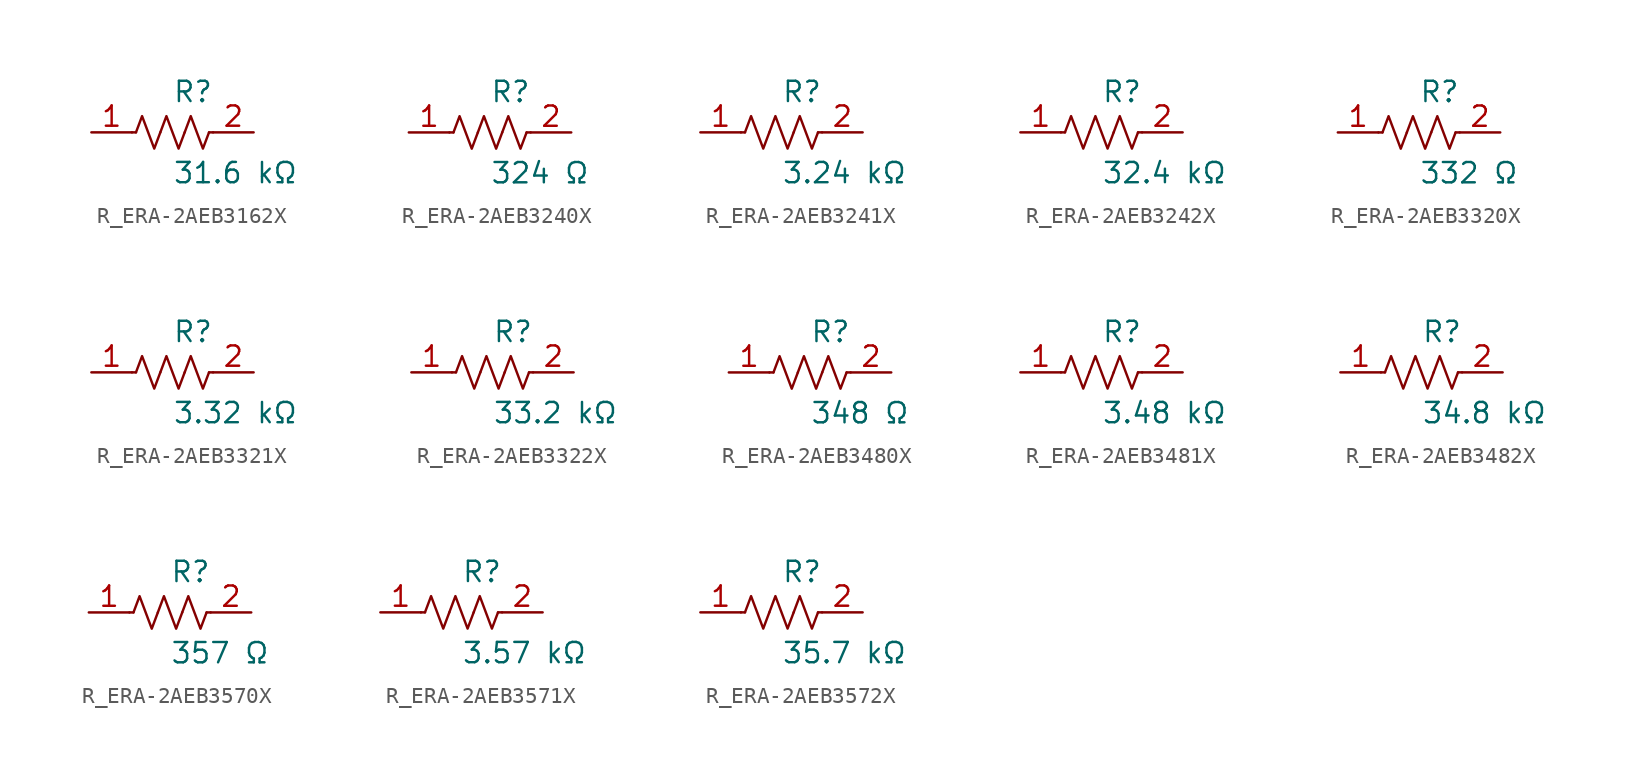
<source format=kicad_sym>
(kicad_symbol_lib
  (version 20231120)
  (generator kicad_symbol_editor)
  (generator_version 8.0)
  (symbol "R_ERA-2AEB3162X"
    (pin_names
      (offset 0.254))
    (property "Reference" "R"
      (at 0.0 2.54 0)
      (effects (font (size 1.27 1.27)) (justify left)))
    (property "Value" "31.6 kΩ"
      (at 0.0 -2.54 0)
      (effects (font (size 1.27 1.27)) (justify left)))
    (symbol "R_ERA-2AEB3162X_0_1"
      (polyline (pts (xy 2.286 0) (xy 2.54 0)) (stroke (width 0) (type default)) (fill (type none)))
      (polyline (pts (xy -2.286 0) (xy -2.54 0)) (stroke (width 0) (type default)) (fill (type none)))
      (polyline (pts (xy 0.762 0) (xy 1.143 1.016) (xy 1.524 0) (xy 1.905 -1.016) (xy 2.286 0)) (stroke (width 0) (type default)) (fill (type none)))
      (polyline (pts (xy -0.762 0) (xy -0.381 1.016) (xy 0 0) (xy 0.381 -1.016) (xy 0.762 0)) (stroke (width 0) (type default)) (fill (type none)))
      (polyline (pts (xy -2.286 0) (xy -1.905 1.016) (xy -1.524 0) (xy -1.143 -1.016) (xy -0.762 0)) (stroke (width 0) (type default)) (fill (type none))))
    (pin unspecified line
      (at -5.08 0 0)
      (length 2.54)
      (name "" (effects (font (size 1.27 1.27))))
      (number "1" (effects (font (size 1.27 1.27)))))
    (pin unspecified line
      (at 5.08 0 180)
      (length 2.54)
      (name "" (effects (font (size 1.27 1.27))))
      (number "2" (effects (font (size 1.27 1.27))))))
  (symbol "R_ERA-2AEB3240X"
    (pin_names
      (offset 0.254))
    (property "Reference" "R"
      (at 0.0 2.54 0)
      (effects (font (size 1.27 1.27)) (justify left)))
    (property "Value" "324 Ω"
      (at 0.0 -2.54 0)
      (effects (font (size 1.27 1.27)) (justify left)))
    (symbol "R_ERA-2AEB3240X_0_1"
      (polyline (pts (xy 2.286 0) (xy 2.54 0)) (stroke (width 0) (type default)) (fill (type none)))
      (polyline (pts (xy -2.286 0) (xy -2.54 0)) (stroke (width 0) (type default)) (fill (type none)))
      (polyline (pts (xy 0.762 0) (xy 1.143 1.016) (xy 1.524 0) (xy 1.905 -1.016) (xy 2.286 0)) (stroke (width 0) (type default)) (fill (type none)))
      (polyline (pts (xy -0.762 0) (xy -0.381 1.016) (xy 0 0) (xy 0.381 -1.016) (xy 0.762 0)) (stroke (width 0) (type default)) (fill (type none)))
      (polyline (pts (xy -2.286 0) (xy -1.905 1.016) (xy -1.524 0) (xy -1.143 -1.016) (xy -0.762 0)) (stroke (width 0) (type default)) (fill (type none))))
    (pin unspecified line
      (at -5.08 0 0)
      (length 2.54)
      (name "" (effects (font (size 1.27 1.27))))
      (number "1" (effects (font (size 1.27 1.27)))))
    (pin unspecified line
      (at 5.08 0 180)
      (length 2.54)
      (name "" (effects (font (size 1.27 1.27))))
      (number "2" (effects (font (size 1.27 1.27))))))
  (symbol "R_ERA-2AEB3241X"
    (pin_names
      (offset 0.254))
    (property "Reference" "R"
      (at 0.0 2.54 0)
      (effects (font (size 1.27 1.27)) (justify left)))
    (property "Value" "3.24 kΩ"
      (at 0.0 -2.54 0)
      (effects (font (size 1.27 1.27)) (justify left)))
    (symbol "R_ERA-2AEB3241X_0_1"
      (polyline (pts (xy 2.286 0) (xy 2.54 0)) (stroke (width 0) (type default)) (fill (type none)))
      (polyline (pts (xy -2.286 0) (xy -2.54 0)) (stroke (width 0) (type default)) (fill (type none)))
      (polyline (pts (xy 0.762 0) (xy 1.143 1.016) (xy 1.524 0) (xy 1.905 -1.016) (xy 2.286 0)) (stroke (width 0) (type default)) (fill (type none)))
      (polyline (pts (xy -0.762 0) (xy -0.381 1.016) (xy 0 0) (xy 0.381 -1.016) (xy 0.762 0)) (stroke (width 0) (type default)) (fill (type none)))
      (polyline (pts (xy -2.286 0) (xy -1.905 1.016) (xy -1.524 0) (xy -1.143 -1.016) (xy -0.762 0)) (stroke (width 0) (type default)) (fill (type none))))
    (pin unspecified line
      (at -5.08 0 0)
      (length 2.54)
      (name "" (effects (font (size 1.27 1.27))))
      (number "1" (effects (font (size 1.27 1.27)))))
    (pin unspecified line
      (at 5.08 0 180)
      (length 2.54)
      (name "" (effects (font (size 1.27 1.27))))
      (number "2" (effects (font (size 1.27 1.27))))))
  (symbol "R_ERA-2AEB3242X"
    (pin_names
      (offset 0.254))
    (property "Reference" "R"
      (at 0.0 2.54 0)
      (effects (font (size 1.27 1.27)) (justify left)))
    (property "Value" "32.4 kΩ"
      (at 0.0 -2.54 0)
      (effects (font (size 1.27 1.27)) (justify left)))
    (symbol "R_ERA-2AEB3242X_0_1"
      (polyline (pts (xy 2.286 0) (xy 2.54 0)) (stroke (width 0) (type default)) (fill (type none)))
      (polyline (pts (xy -2.286 0) (xy -2.54 0)) (stroke (width 0) (type default)) (fill (type none)))
      (polyline (pts (xy 0.762 0) (xy 1.143 1.016) (xy 1.524 0) (xy 1.905 -1.016) (xy 2.286 0)) (stroke (width 0) (type default)) (fill (type none)))
      (polyline (pts (xy -0.762 0) (xy -0.381 1.016) (xy 0 0) (xy 0.381 -1.016) (xy 0.762 0)) (stroke (width 0) (type default)) (fill (type none)))
      (polyline (pts (xy -2.286 0) (xy -1.905 1.016) (xy -1.524 0) (xy -1.143 -1.016) (xy -0.762 0)) (stroke (width 0) (type default)) (fill (type none))))
    (pin unspecified line
      (at -5.08 0 0)
      (length 2.54)
      (name "" (effects (font (size 1.27 1.27))))
      (number "1" (effects (font (size 1.27 1.27)))))
    (pin unspecified line
      (at 5.08 0 180)
      (length 2.54)
      (name "" (effects (font (size 1.27 1.27))))
      (number "2" (effects (font (size 1.27 1.27))))))
  (symbol "R_ERA-2AEB3320X"
    (pin_names
      (offset 0.254))
    (property "Reference" "R"
      (at 0.0 2.54 0)
      (effects (font (size 1.27 1.27)) (justify left)))
    (property "Value" "332 Ω"
      (at 0.0 -2.54 0)
      (effects (font (size 1.27 1.27)) (justify left)))
    (symbol "R_ERA-2AEB3320X_0_1"
      (polyline (pts (xy 2.286 0) (xy 2.54 0)) (stroke (width 0) (type default)) (fill (type none)))
      (polyline (pts (xy -2.286 0) (xy -2.54 0)) (stroke (width 0) (type default)) (fill (type none)))
      (polyline (pts (xy 0.762 0) (xy 1.143 1.016) (xy 1.524 0) (xy 1.905 -1.016) (xy 2.286 0)) (stroke (width 0) (type default)) (fill (type none)))
      (polyline (pts (xy -0.762 0) (xy -0.381 1.016) (xy 0 0) (xy 0.381 -1.016) (xy 0.762 0)) (stroke (width 0) (type default)) (fill (type none)))
      (polyline (pts (xy -2.286 0) (xy -1.905 1.016) (xy -1.524 0) (xy -1.143 -1.016) (xy -0.762 0)) (stroke (width 0) (type default)) (fill (type none))))
    (pin unspecified line
      (at -5.08 0 0)
      (length 2.54)
      (name "" (effects (font (size 1.27 1.27))))
      (number "1" (effects (font (size 1.27 1.27)))))
    (pin unspecified line
      (at 5.08 0 180)
      (length 2.54)
      (name "" (effects (font (size 1.27 1.27))))
      (number "2" (effects (font (size 1.27 1.27))))))
  (symbol "R_ERA-2AEB3321X"
    (pin_names
      (offset 0.254))
    (property "Reference" "R"
      (at 0.0 2.54 0)
      (effects (font (size 1.27 1.27)) (justify left)))
    (property "Value" "3.32 kΩ"
      (at 0.0 -2.54 0)
      (effects (font (size 1.27 1.27)) (justify left)))
    (symbol "R_ERA-2AEB3321X_0_1"
      (polyline (pts (xy 2.286 0) (xy 2.54 0)) (stroke (width 0) (type default)) (fill (type none)))
      (polyline (pts (xy -2.286 0) (xy -2.54 0)) (stroke (width 0) (type default)) (fill (type none)))
      (polyline (pts (xy 0.762 0) (xy 1.143 1.016) (xy 1.524 0) (xy 1.905 -1.016) (xy 2.286 0)) (stroke (width 0) (type default)) (fill (type none)))
      (polyline (pts (xy -0.762 0) (xy -0.381 1.016) (xy 0 0) (xy 0.381 -1.016) (xy 0.762 0)) (stroke (width 0) (type default)) (fill (type none)))
      (polyline (pts (xy -2.286 0) (xy -1.905 1.016) (xy -1.524 0) (xy -1.143 -1.016) (xy -0.762 0)) (stroke (width 0) (type default)) (fill (type none))))
    (pin unspecified line
      (at -5.08 0 0)
      (length 2.54)
      (name "" (effects (font (size 1.27 1.27))))
      (number "1" (effects (font (size 1.27 1.27)))))
    (pin unspecified line
      (at 5.08 0 180)
      (length 2.54)
      (name "" (effects (font (size 1.27 1.27))))
      (number "2" (effects (font (size 1.27 1.27))))))
  (symbol "R_ERA-2AEB3322X"
    (pin_names
      (offset 0.254))
    (property "Reference" "R"
      (at 0.0 2.54 0)
      (effects (font (size 1.27 1.27)) (justify left)))
    (property "Value" "33.2 kΩ"
      (at 0.0 -2.54 0)
      (effects (font (size 1.27 1.27)) (justify left)))
    (symbol "R_ERA-2AEB3322X_0_1"
      (polyline (pts (xy 2.286 0) (xy 2.54 0)) (stroke (width 0) (type default)) (fill (type none)))
      (polyline (pts (xy -2.286 0) (xy -2.54 0)) (stroke (width 0) (type default)) (fill (type none)))
      (polyline (pts (xy 0.762 0) (xy 1.143 1.016) (xy 1.524 0) (xy 1.905 -1.016) (xy 2.286 0)) (stroke (width 0) (type default)) (fill (type none)))
      (polyline (pts (xy -0.762 0) (xy -0.381 1.016) (xy 0 0) (xy 0.381 -1.016) (xy 0.762 0)) (stroke (width 0) (type default)) (fill (type none)))
      (polyline (pts (xy -2.286 0) (xy -1.905 1.016) (xy -1.524 0) (xy -1.143 -1.016) (xy -0.762 0)) (stroke (width 0) (type default)) (fill (type none))))
    (pin unspecified line
      (at -5.08 0 0)
      (length 2.54)
      (name "" (effects (font (size 1.27 1.27))))
      (number "1" (effects (font (size 1.27 1.27)))))
    (pin unspecified line
      (at 5.08 0 180)
      (length 2.54)
      (name "" (effects (font (size 1.27 1.27))))
      (number "2" (effects (font (size 1.27 1.27))))))
  (symbol "R_ERA-2AEB3480X"
    (pin_names
      (offset 0.254))
    (property "Reference" "R"
      (at 0.0 2.54 0)
      (effects (font (size 1.27 1.27)) (justify left)))
    (property "Value" "348 Ω"
      (at 0.0 -2.54 0)
      (effects (font (size 1.27 1.27)) (justify left)))
    (symbol "R_ERA-2AEB3480X_0_1"
      (polyline (pts (xy 2.286 0) (xy 2.54 0)) (stroke (width 0) (type default)) (fill (type none)))
      (polyline (pts (xy -2.286 0) (xy -2.54 0)) (stroke (width 0) (type default)) (fill (type none)))
      (polyline (pts (xy 0.762 0) (xy 1.143 1.016) (xy 1.524 0) (xy 1.905 -1.016) (xy 2.286 0)) (stroke (width 0) (type default)) (fill (type none)))
      (polyline (pts (xy -0.762 0) (xy -0.381 1.016) (xy 0 0) (xy 0.381 -1.016) (xy 0.762 0)) (stroke (width 0) (type default)) (fill (type none)))
      (polyline (pts (xy -2.286 0) (xy -1.905 1.016) (xy -1.524 0) (xy -1.143 -1.016) (xy -0.762 0)) (stroke (width 0) (type default)) (fill (type none))))
    (pin unspecified line
      (at -5.08 0 0)
      (length 2.54)
      (name "" (effects (font (size 1.27 1.27))))
      (number "1" (effects (font (size 1.27 1.27)))))
    (pin unspecified line
      (at 5.08 0 180)
      (length 2.54)
      (name "" (effects (font (size 1.27 1.27))))
      (number "2" (effects (font (size 1.27 1.27))))))
  (symbol "R_ERA-2AEB3481X"
    (pin_names
      (offset 0.254))
    (property "Reference" "R"
      (at 0.0 2.54 0)
      (effects (font (size 1.27 1.27)) (justify left)))
    (property "Value" "3.48 kΩ"
      (at 0.0 -2.54 0)
      (effects (font (size 1.27 1.27)) (justify left)))
    (symbol "R_ERA-2AEB3481X_0_1"
      (polyline (pts (xy 2.286 0) (xy 2.54 0)) (stroke (width 0) (type default)) (fill (type none)))
      (polyline (pts (xy -2.286 0) (xy -2.54 0)) (stroke (width 0) (type default)) (fill (type none)))
      (polyline (pts (xy 0.762 0) (xy 1.143 1.016) (xy 1.524 0) (xy 1.905 -1.016) (xy 2.286 0)) (stroke (width 0) (type default)) (fill (type none)))
      (polyline (pts (xy -0.762 0) (xy -0.381 1.016) (xy 0 0) (xy 0.381 -1.016) (xy 0.762 0)) (stroke (width 0) (type default)) (fill (type none)))
      (polyline (pts (xy -2.286 0) (xy -1.905 1.016) (xy -1.524 0) (xy -1.143 -1.016) (xy -0.762 0)) (stroke (width 0) (type default)) (fill (type none))))
    (pin unspecified line
      (at -5.08 0 0)
      (length 2.54)
      (name "" (effects (font (size 1.27 1.27))))
      (number "1" (effects (font (size 1.27 1.27)))))
    (pin unspecified line
      (at 5.08 0 180)
      (length 2.54)
      (name "" (effects (font (size 1.27 1.27))))
      (number "2" (effects (font (size 1.27 1.27))))))
  (symbol "R_ERA-2AEB3482X"
    (pin_names
      (offset 0.254))
    (property "Reference" "R"
      (at 0.0 2.54 0)
      (effects (font (size 1.27 1.27)) (justify left)))
    (property "Value" "34.8 kΩ"
      (at 0.0 -2.54 0)
      (effects (font (size 1.27 1.27)) (justify left)))
    (symbol "R_ERA-2AEB3482X_0_1"
      (polyline (pts (xy 2.286 0) (xy 2.54 0)) (stroke (width 0) (type default)) (fill (type none)))
      (polyline (pts (xy -2.286 0) (xy -2.54 0)) (stroke (width 0) (type default)) (fill (type none)))
      (polyline (pts (xy 0.762 0) (xy 1.143 1.016) (xy 1.524 0) (xy 1.905 -1.016) (xy 2.286 0)) (stroke (width 0) (type default)) (fill (type none)))
      (polyline (pts (xy -0.762 0) (xy -0.381 1.016) (xy 0 0) (xy 0.381 -1.016) (xy 0.762 0)) (stroke (width 0) (type default)) (fill (type none)))
      (polyline (pts (xy -2.286 0) (xy -1.905 1.016) (xy -1.524 0) (xy -1.143 -1.016) (xy -0.762 0)) (stroke (width 0) (type default)) (fill (type none))))
    (pin unspecified line
      (at -5.08 0 0)
      (length 2.54)
      (name "" (effects (font (size 1.27 1.27))))
      (number "1" (effects (font (size 1.27 1.27)))))
    (pin unspecified line
      (at 5.08 0 180)
      (length 2.54)
      (name "" (effects (font (size 1.27 1.27))))
      (number "2" (effects (font (size 1.27 1.27))))))
  (symbol "R_ERA-2AEB3570X"
    (pin_names
      (offset 0.254))
    (property "Reference" "R"
      (at 0.0 2.54 0)
      (effects (font (size 1.27 1.27)) (justify left)))
    (property "Value" "357 Ω"
      (at 0.0 -2.54 0)
      (effects (font (size 1.27 1.27)) (justify left)))
    (symbol "R_ERA-2AEB3570X_0_1"
      (polyline (pts (xy 2.286 0) (xy 2.54 0)) (stroke (width 0) (type default)) (fill (type none)))
      (polyline (pts (xy -2.286 0) (xy -2.54 0)) (stroke (width 0) (type default)) (fill (type none)))
      (polyline (pts (xy 0.762 0) (xy 1.143 1.016) (xy 1.524 0) (xy 1.905 -1.016) (xy 2.286 0)) (stroke (width 0) (type default)) (fill (type none)))
      (polyline (pts (xy -0.762 0) (xy -0.381 1.016) (xy 0 0) (xy 0.381 -1.016) (xy 0.762 0)) (stroke (width 0) (type default)) (fill (type none)))
      (polyline (pts (xy -2.286 0) (xy -1.905 1.016) (xy -1.524 0) (xy -1.143 -1.016) (xy -0.762 0)) (stroke (width 0) (type default)) (fill (type none))))
    (pin unspecified line
      (at -5.08 0 0)
      (length 2.54)
      (name "" (effects (font (size 1.27 1.27))))
      (number "1" (effects (font (size 1.27 1.27)))))
    (pin unspecified line
      (at 5.08 0 180)
      (length 2.54)
      (name "" (effects (font (size 1.27 1.27))))
      (number "2" (effects (font (size 1.27 1.27))))))
  (symbol "R_ERA-2AEB3571X"
    (pin_names
      (offset 0.254))
    (property "Reference" "R"
      (at 0.0 2.54 0)
      (effects (font (size 1.27 1.27)) (justify left)))
    (property "Value" "3.57 kΩ"
      (at 0.0 -2.54 0)
      (effects (font (size 1.27 1.27)) (justify left)))
    (symbol "R_ERA-2AEB3571X_0_1"
      (polyline (pts (xy 2.286 0) (xy 2.54 0)) (stroke (width 0) (type default)) (fill (type none)))
      (polyline (pts (xy -2.286 0) (xy -2.54 0)) (stroke (width 0) (type default)) (fill (type none)))
      (polyline (pts (xy 0.762 0) (xy 1.143 1.016) (xy 1.524 0) (xy 1.905 -1.016) (xy 2.286 0)) (stroke (width 0) (type default)) (fill (type none)))
      (polyline (pts (xy -0.762 0) (xy -0.381 1.016) (xy 0 0) (xy 0.381 -1.016) (xy 0.762 0)) (stroke (width 0) (type default)) (fill (type none)))
      (polyline (pts (xy -2.286 0) (xy -1.905 1.016) (xy -1.524 0) (xy -1.143 -1.016) (xy -0.762 0)) (stroke (width 0) (type default)) (fill (type none))))
    (pin unspecified line
      (at -5.08 0 0)
      (length 2.54)
      (name "" (effects (font (size 1.27 1.27))))
      (number "1" (effects (font (size 1.27 1.27)))))
    (pin unspecified line
      (at 5.08 0 180)
      (length 2.54)
      (name "" (effects (font (size 1.27 1.27))))
      (number "2" (effects (font (size 1.27 1.27))))))
  (symbol "R_ERA-2AEB3572X"
    (pin_names
      (offset 0.254))
    (property "Reference" "R"
      (at 0.0 2.54 0)
      (effects (font (size 1.27 1.27)) (justify left)))
    (property "Value" "35.7 kΩ"
      (at 0.0 -2.54 0)
      (effects (font (size 1.27 1.27)) (justify left)))
    (symbol "R_ERA-2AEB3572X_0_1"
      (polyline (pts (xy 2.286 0) (xy 2.54 0)) (stroke (width 0) (type default)) (fill (type none)))
      (polyline (pts (xy -2.286 0) (xy -2.54 0)) (stroke (width 0) (type default)) (fill (type none)))
      (polyline (pts (xy 0.762 0) (xy 1.143 1.016) (xy 1.524 0) (xy 1.905 -1.016) (xy 2.286 0)) (stroke (width 0) (type default)) (fill (type none)))
      (polyline (pts (xy -0.762 0) (xy -0.381 1.016) (xy 0 0) (xy 0.381 -1.016) (xy 0.762 0)) (stroke (width 0) (type default)) (fill (type none)))
      (polyline (pts (xy -2.286 0) (xy -1.905 1.016) (xy -1.524 0) (xy -1.143 -1.016) (xy -0.762 0)) (stroke (width 0) (type default)) (fill (type none))))
    (pin unspecified line
      (at -5.08 0 0)
      (length 2.54)
      (name "" (effects (font (size 1.27 1.27))))
      (number "1" (effects (font (size 1.27 1.27)))))
    (pin unspecified line
      (at 5.08 0 180)
      (length 2.54)
      (name "" (effects (font (size 1.27 1.27))))
      (number "2" (effects (font (size 1.27 1.27)))))))
</source>
